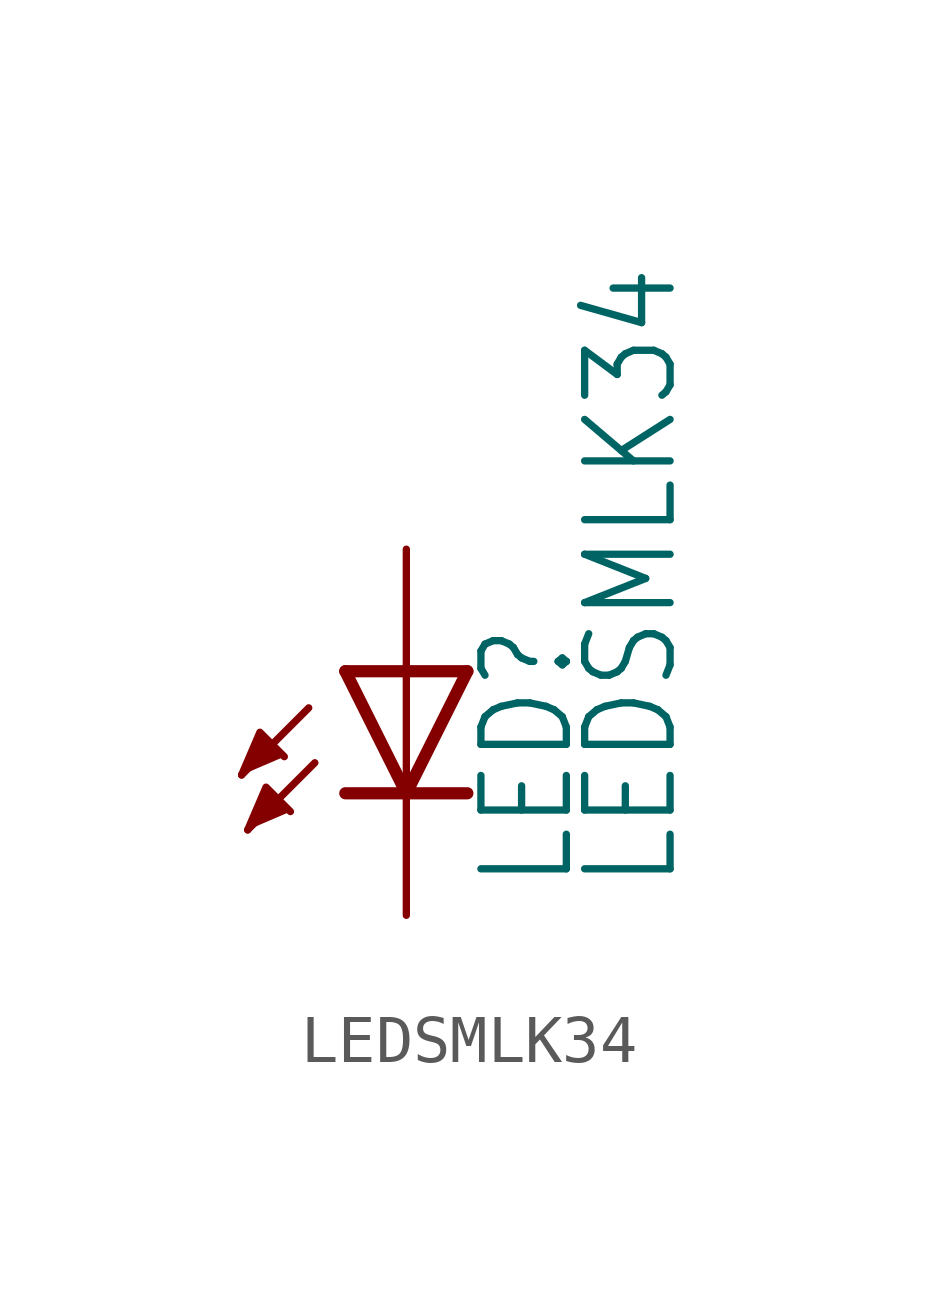
<source format=kicad_sym>
(kicad_symbol_lib
  (version 20211014)
  (generator kicad_symbol_editor)
  (symbol "LEDSMLK34"
    (property "Reference" "LED"
      (at 3.556 -4.572 90)
      (effects (font (size 1.778 1.511)) (justify left bottom)))
    (property "Value" "LEDSMLK34"
      (at 5.715 -4.572 90)
      (effects (font (size 1.778 1.511)) (justify left bottom)))
    (property "ki_locked" ""
      (at 0 0 0)
      (effects (font (size 1.27 1.27))))
    (symbol "LEDSMLK34_1_0"
      (polyline (pts (xy -2.032 -0.762) (xy -3.429 -2.159)) (stroke (width 0.152) (type default) (color 0 0 0 0)) (fill (type none)))
      (polyline (pts (xy -1.905 -1.905) (xy -3.302 -3.302)) (stroke (width 0.152) (type default) (color 0 0 0 0)) (fill (type none)))
      (polyline (pts (xy 0 -2.54) (xy -1.27 -2.54)) (stroke (width 0.254) (type default) (color 0 0 0 0)) (fill (type none)))
      (polyline (pts (xy 0 -2.54) (xy -1.27 0)) (stroke (width 0.254) (type default) (color 0 0 0 0)) (fill (type none)))
      (polyline (pts (xy 0 0) (xy -1.27 0)) (stroke (width 0.254) (type default) (color 0 0 0 0)) (fill (type none)))
      (polyline (pts (xy 0 0) (xy 0 -2.54)) (stroke (width 0.152) (type default) (color 0 0 0 0)) (fill (type none)))
      (polyline (pts (xy 1.27 -2.54) (xy 0 -2.54)) (stroke (width 0.254) (type default) (color 0 0 0 0)) (fill (type none)))
      (polyline (pts (xy 1.27 0) (xy 0 -2.54)) (stroke (width 0.254) (type default) (color 0 0 0 0)) (fill (type none)))
      (polyline (pts (xy 1.27 0) (xy 0 0)) (stroke (width 0.254) (type default) (color 0 0 0 0)) (fill (type none)))
      (polyline (pts (xy -3.429 -2.159) (xy -3.048 -1.27) (xy -2.54 -1.778)) (stroke (width 0) (type default) (color 0 0 0 0)) (fill (type outline)))
      (polyline (pts (xy -3.302 -3.302) (xy -2.921 -2.413) (xy -2.413 -2.921)) (stroke (width 0) (type default) (color 0 0 0 0)) (fill (type outline)))
      (pin passive line (at 0 2.54 270) (length 2.54) (name "A" (effects (font (size 0 0)))) (number "A" (effects (font (size 0 0)))))
      (pin passive line (at 0 -5.08 90) (length 2.54) (name "C" (effects (font (size 0 0)))) (number "K" (effects (font (size 0 0))))))))
</source>
